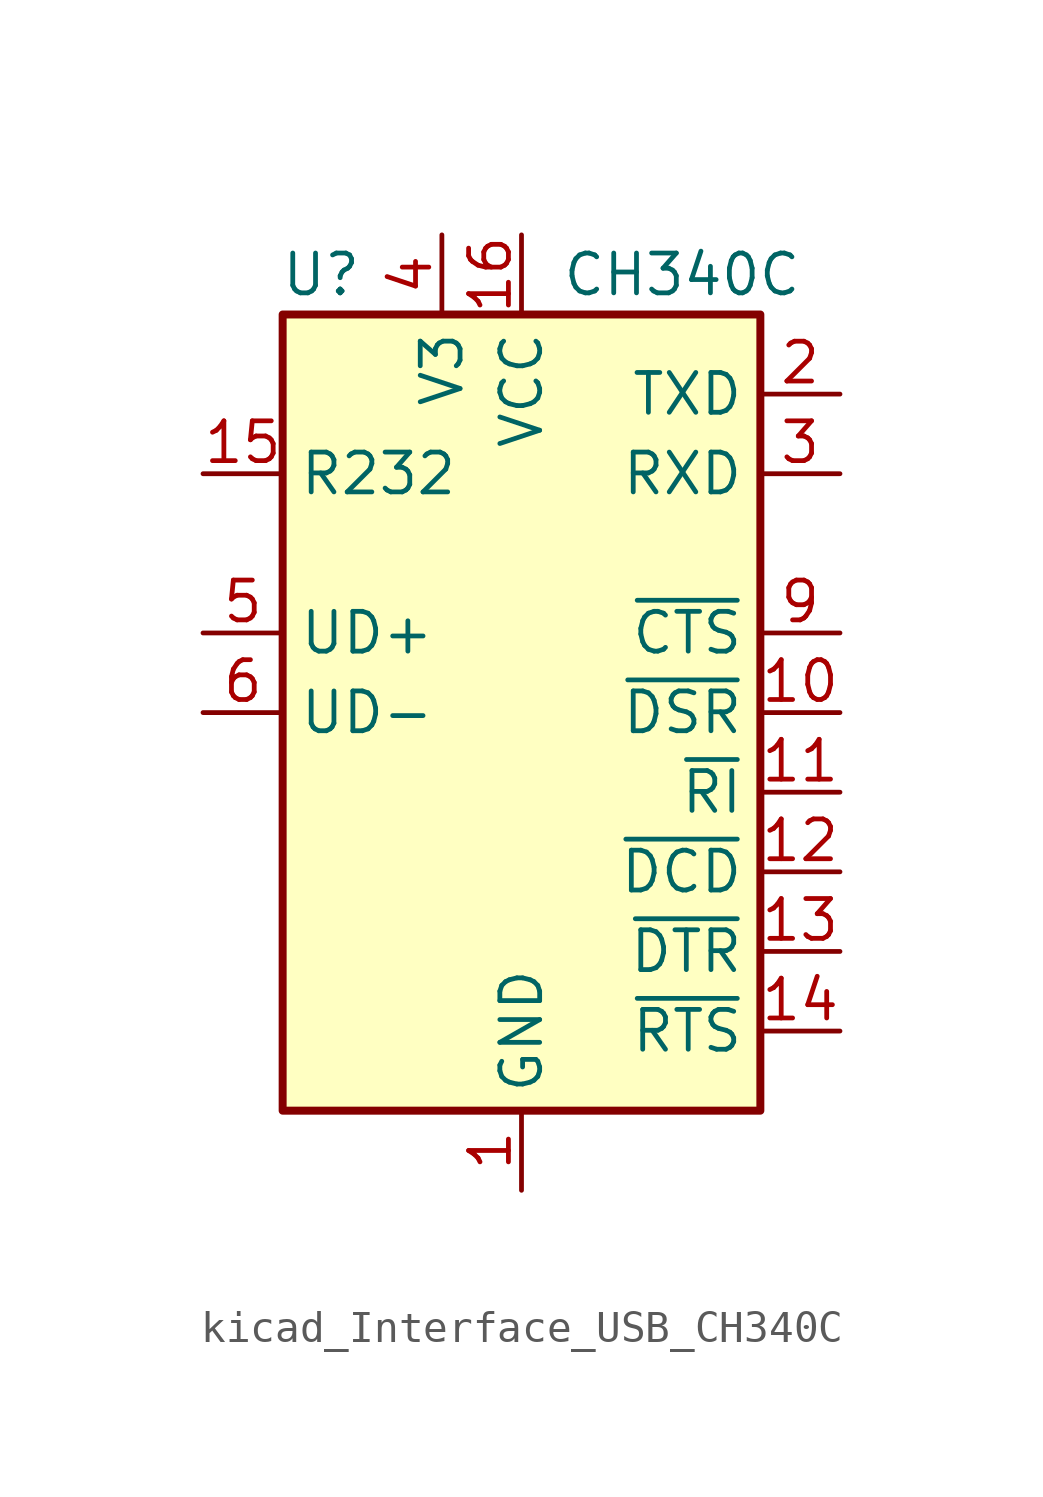
<source format=kicad_sym>
(kicad_symbol_lib
  (version 20220914)
  (generator kicad_symbol_editor)
  (symbol "kicad_Interface_USB_CH340C"
    (property "Reference" "U"
      (at -5.08 13.97 0)
      (effects (font (size 1.27 1.27)) (justify right)))
    (property "Value" "CH340C"
      (at 1.27 13.97 0)
      (effects (font (size 1.27 1.27)) (justify left)))
    (symbol "kicad_Interface_USB_CH340C_0_1"
      (rectangle (start -7.62 12.7) (end 7.62 -12.7) (stroke (width 0.254) (type default)) (fill (type background))))
    (symbol "kicad_Interface_USB_CH340C_1_1"
      (pin power_in line (at 0 -15.24 90) (length 2.54) (name "GND" (effects (font (size 1.27 1.27)))) (number "1" (effects (font (size 1.27 1.27)))))
      (pin input line (at 10.16 0 180) (length 2.54) (name "~{DSR}" (effects (font (size 1.27 1.27)))) (number "10" (effects (font (size 1.27 1.27)))))
      (pin input line (at 10.16 -2.54 180) (length 2.54) (name "~{RI}" (effects (font (size 1.27 1.27)))) (number "11" (effects (font (size 1.27 1.27)))))
      (pin input line (at 10.16 -5.08 180) (length 2.54) (name "~{DCD}" (effects (font (size 1.27 1.27)))) (number "12" (effects (font (size 1.27 1.27)))))
      (pin output line (at 10.16 -7.62 180) (length 2.54) (name "~{DTR}" (effects (font (size 1.27 1.27)))) (number "13" (effects (font (size 1.27 1.27)))))
      (pin output line (at 10.16 -10.16 180) (length 2.54) (name "~{RTS}" (effects (font (size 1.27 1.27)))) (number "14" (effects (font (size 1.27 1.27)))))
      (pin input line (at -10.16 7.62 0) (length 2.54) (name "R232" (effects (font (size 1.27 1.27)))) (number "15" (effects (font (size 1.27 1.27)))))
      (pin power_in line (at 0 15.24 270) (length 2.54) (name "VCC" (effects (font (size 1.27 1.27)))) (number "16" (effects (font (size 1.27 1.27)))))
      (pin output line (at 10.16 10.16 180) (length 2.54) (name "TXD" (effects (font (size 1.27 1.27)))) (number "2" (effects (font (size 1.27 1.27)))))
      (pin input line (at 10.16 7.62 180) (length 2.54) (name "RXD" (effects (font (size 1.27 1.27)))) (number "3" (effects (font (size 1.27 1.27)))))
      (pin passive line (at -2.54 15.24 270) (length 2.54) (name "V3" (effects (font (size 1.27 1.27)))) (number "4" (effects (font (size 1.27 1.27)))))
      (pin bidirectional line (at -10.16 2.54 0) (length 2.54) (name "UD+" (effects (font (size 1.27 1.27)))) (number "5" (effects (font (size 1.27 1.27)))))
      (pin bidirectional line (at -10.16 0 0) (length 2.54) (name "UD-" (effects (font (size 1.27 1.27)))) (number "6" (effects (font (size 1.27 1.27)))))
      (pin no_connect line (at -7.62 -7.62 0) (length 2.54) hide (name "NC" (effects (font (size 1.27 1.27)))) (number "7" (effects (font (size 1.27 1.27)))))
      (pin no_connect line (at -7.62 -10.16 0) (length 2.54) hide (name "NC" (effects (font (size 1.27 1.27)))) (number "8" (effects (font (size 1.27 1.27)))))
      (pin input line (at 10.16 2.54 180) (length 2.54) (name "~{CTS}" (effects (font (size 1.27 1.27)))) (number "9" (effects (font (size 1.27 1.27))))))))
</source>
